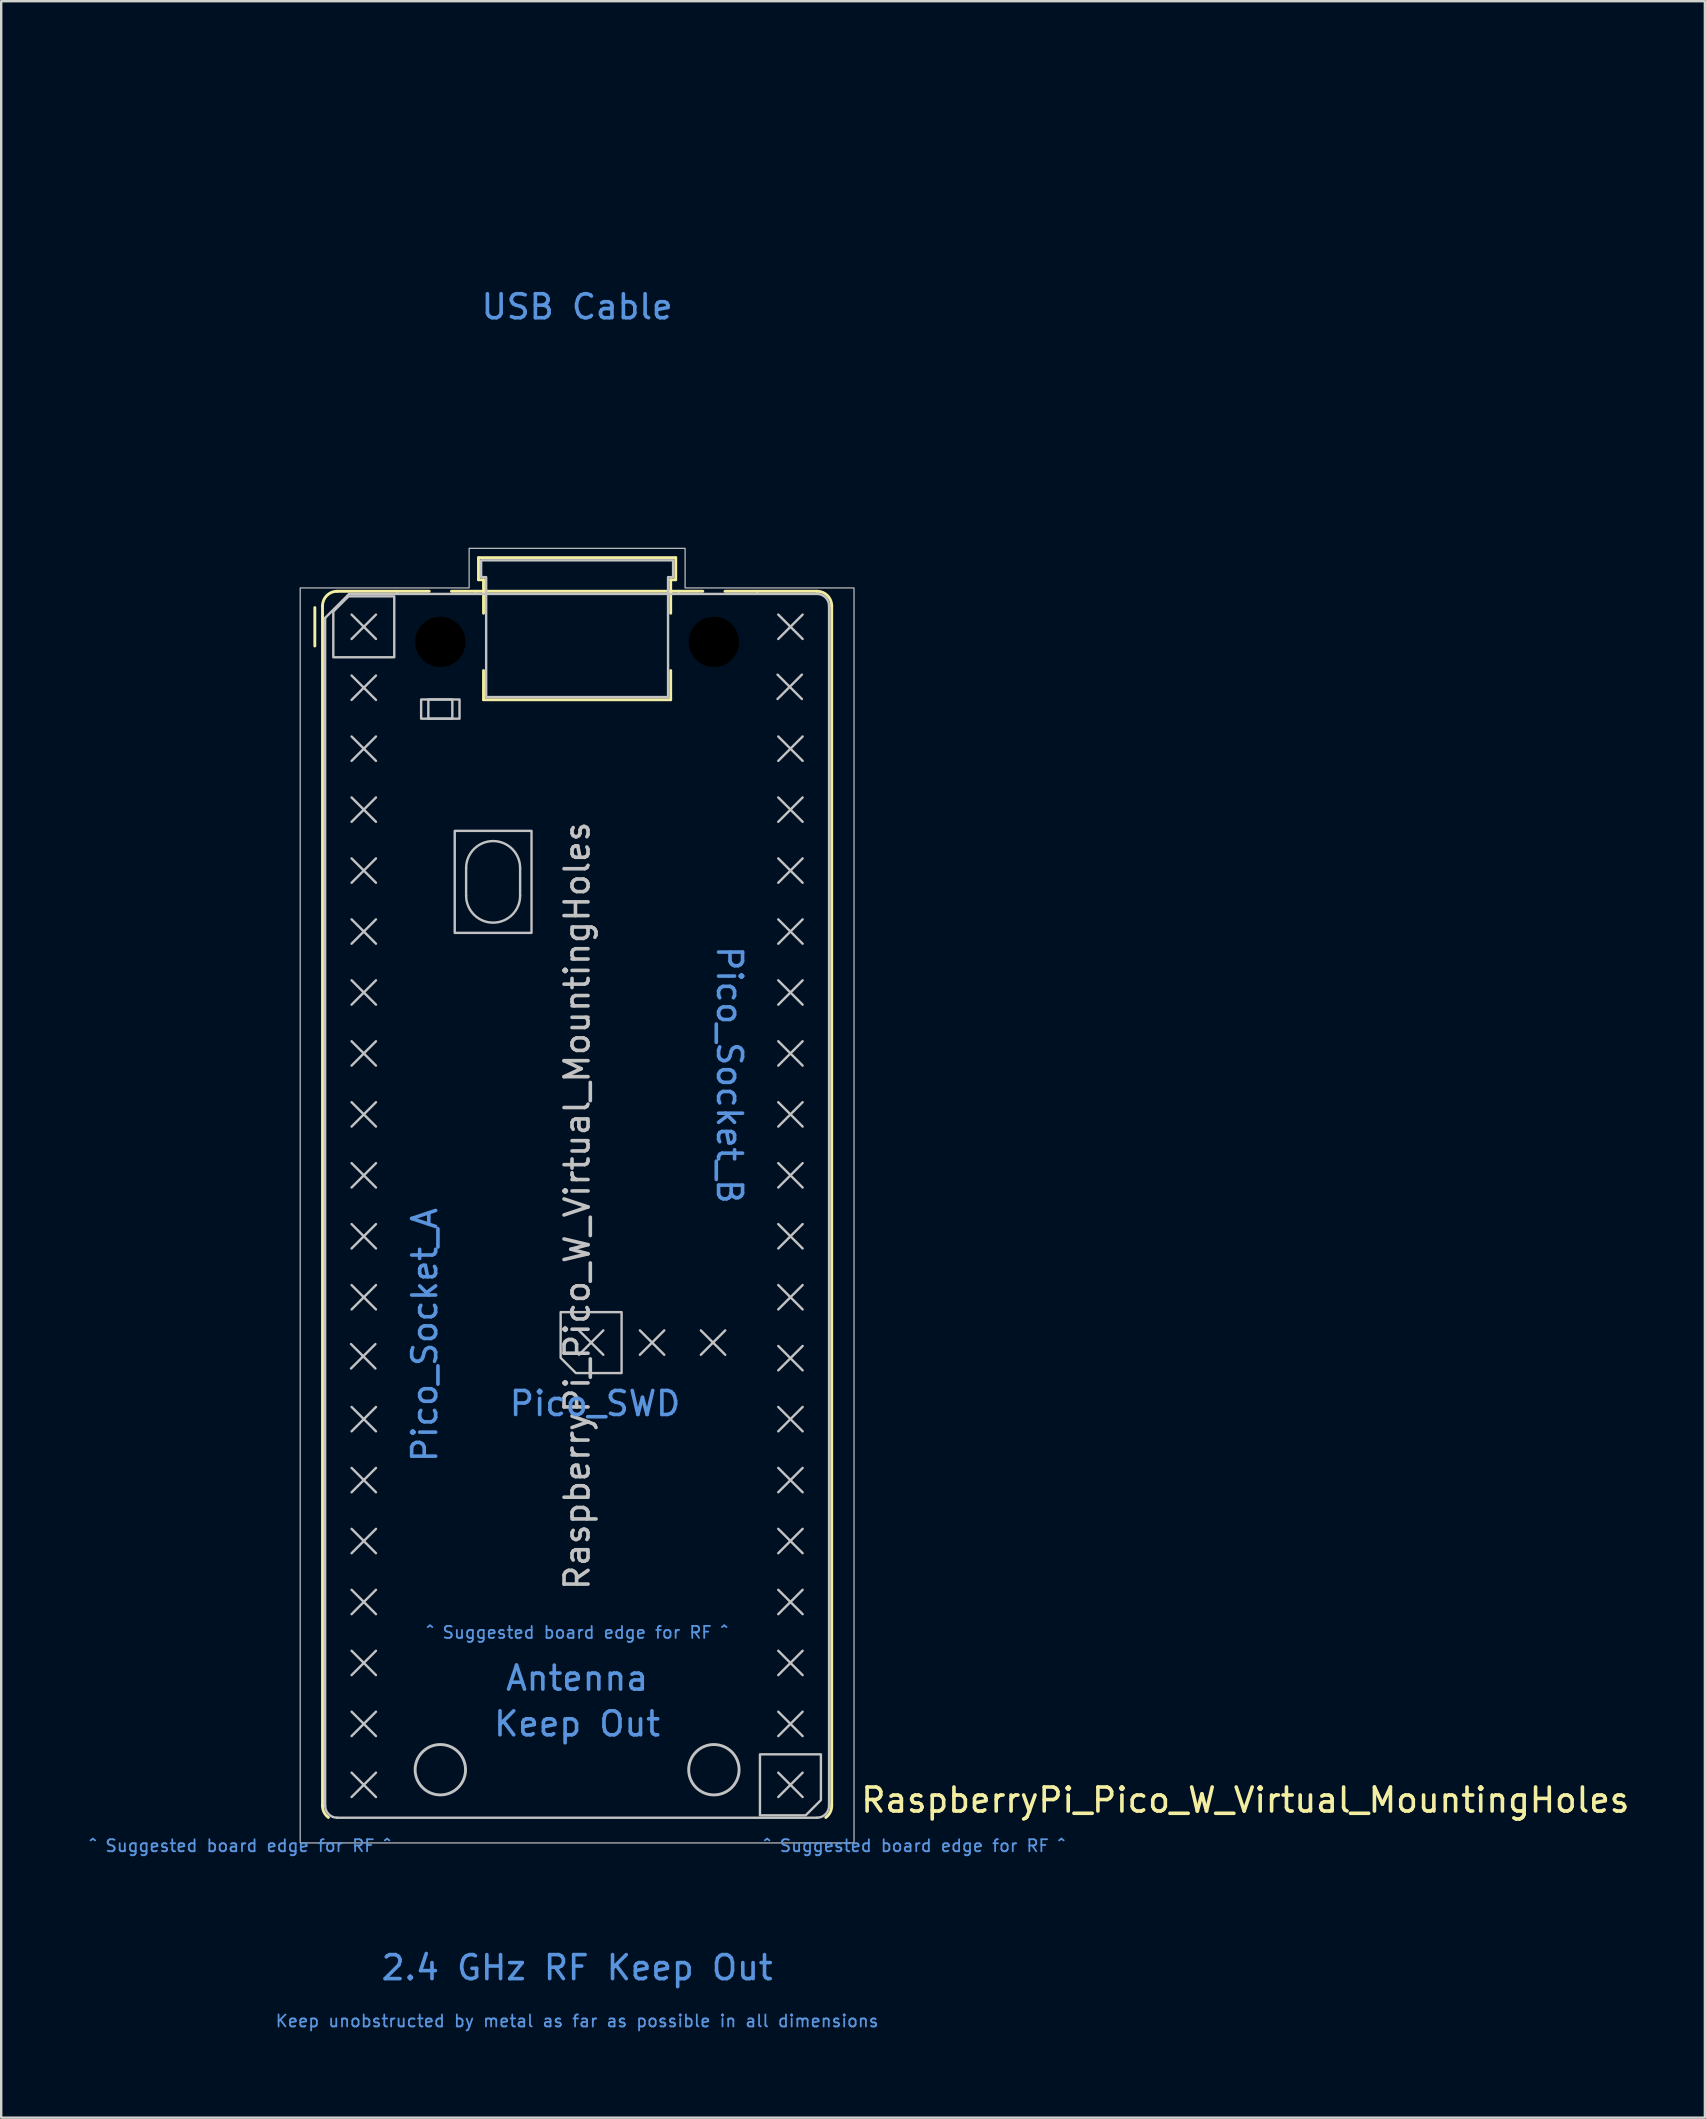
<source format=kicad_pcb>
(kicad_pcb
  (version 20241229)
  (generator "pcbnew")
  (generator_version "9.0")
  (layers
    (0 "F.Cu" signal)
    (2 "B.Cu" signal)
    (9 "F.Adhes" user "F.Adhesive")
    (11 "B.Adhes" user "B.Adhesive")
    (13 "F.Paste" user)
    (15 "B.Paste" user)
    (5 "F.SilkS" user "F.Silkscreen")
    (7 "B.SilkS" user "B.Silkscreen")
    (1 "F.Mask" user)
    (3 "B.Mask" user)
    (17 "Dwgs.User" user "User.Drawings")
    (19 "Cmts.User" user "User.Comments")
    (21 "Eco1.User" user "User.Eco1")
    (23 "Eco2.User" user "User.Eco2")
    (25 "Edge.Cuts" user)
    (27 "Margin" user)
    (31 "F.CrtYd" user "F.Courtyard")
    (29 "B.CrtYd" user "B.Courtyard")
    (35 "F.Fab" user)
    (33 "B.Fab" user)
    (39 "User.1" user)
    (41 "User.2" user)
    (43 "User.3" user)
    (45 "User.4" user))
  (footprint "RaspberryPi_Pico_W_Virtual_MountingHoles"
    (layer "F.Cu")
    (at 21 47.2)
    (property "Reference" "RaspberryPi_Pico_W_Virtual_MountingHoles" (at 11.748 24.765 0) (unlocked yes) (layer "F.SilkS") (effects (font (size 1 1) (thickness 0.15)) (justify left)))
    (attr exclude_from_pos_files allow_missing_courtyard)
    (fp_line (start -10.93 -23.33) (end -10.93 -24.93) (stroke (width 0.12) (type solid)) (layer "F.SilkS"))
    (fp_line (start -10.61 -25) (end -10.61 25) (stroke (width 0.12) (type solid)) (layer "F.SilkS"))
    (fp_line (start -10 -25.61) (end -7.51 -25.61) (stroke (width 0.12) (type solid)) (layer "F.SilkS"))
    (fp_line (start -7.51 -25.61) (end -6.162 -25.61) (stroke (width 0.12) (type solid)) (layer "F.SilkS"))
    (fp_line (start -5.238 -25.61) (end -4.235 -25.61) (stroke (width 0.12) (type solid)) (layer "F.SilkS"))
    (fp_line (start -4.235 -25.61) (end 4.235 -25.61) (stroke (width 0.12) (type solid)) (layer "F.SilkS"))
    (fp_line (start -4.11 -27.01) (end -4.11 -26.09) (stroke (width 0.12) (type solid)) (layer "F.SilkS"))
    (fp_line (start -4.11 -27.01) (end 4.11 -27.01) (stroke (width 0.12) (type solid)) (layer "F.SilkS"))
    (fp_line (start -4.11 -26.09) (end -3.9 -26.09) (stroke (width 0.12) (type solid)) (layer "F.SilkS"))
    (fp_line (start -3.9 -26.09) (end -3.9 -24.694) (stroke (width 0.12) (type solid)) (layer "F.SilkS"))
    (fp_line (start -3.9 -22.306) (end -3.9 -21.09) (stroke (width 0.12) (type solid)) (layer "F.SilkS"))
    (fp_line (start 3.9 -26.09) (end 3.9 -24.694) (stroke (width 0.12) (type solid)) (layer "F.SilkS"))
    (fp_line (start 3.9 -22.306) (end 3.9 -21.09) (stroke (width 0.12) (type solid)) (layer "F.SilkS"))
    (fp_line (start 3.9 -21.09) (end -3.9 -21.09) (stroke (width 0.12) (type solid)) (layer "F.SilkS"))
    (fp_line (start 4.11 -27.01) (end 4.11 -26.09) (stroke (width 0.12) (type solid)) (layer "F.SilkS"))
    (fp_line (start 4.11 -26.09) (end 3.9 -26.09) (stroke (width 0.12) (type solid)) (layer "F.SilkS"))
    (fp_line (start 4.235 -25.61) (end 5.238 -25.61) (stroke (width 0.12) (type solid)) (layer "F.SilkS"))
    (fp_line (start 6.162 -25.61) (end 7.51 -25.61) (stroke (width 0.12) (type solid)) (layer "F.SilkS"))
    (fp_line (start 7.51 -25.61) (end 10 -25.61) (stroke (width 0.12) (type solid)) (layer "F.SilkS"))
    (fp_line (start 10.61 -25) (end 10.61 25) (stroke (width 0.12) (type solid)) (layer "F.SilkS"))
    (fp_arc (start -10.61 -25) (mid -10.431335 -25.431335) (end -10 -25.61) (stroke (width 0.12) (type solid)) (layer "F.SilkS"))
    (fp_arc (start -10.363318 25.49) (mid -10.54485 25.274295) (end -10.61 25) (stroke (width 0.12) (type solid)) (layer "F.SilkS"))
    (fp_arc (start 10 -25.61) (mid 10.431335 -25.431335) (end 10.61 -25) (stroke (width 0.12) (type solid)) (layer "F.SilkS"))
    (fp_arc (start 10.61 25) (mid 10.544921 25.274336) (end 10.363342 25.490031) (stroke (width 0.12) (type solid)) (layer "F.SilkS"))
    (fp_line (start -10.5 -24.5) (end -9.5 -25.5) (stroke (width 0.1) (type solid)) (layer "Dwgs.User"))
    (fp_line (start -10.5 25) (end -10.5 -24.5) (stroke (width 0.1) (type solid)) (layer "Dwgs.User"))
    (fp_line (start -9.5 -25.5) (end 10 -25.5) (stroke (width 0.1) (type solid)) (layer "Dwgs.User"))
    (fp_line (start -9.422 5.763) (end -8.406 6.779) (stroke (width 0.1) (type solid)) (layer "Dwgs.User"))
    (fp_line (start -9.398 -24.638) (end -8.382 -23.622) (stroke (width 0.1) (type solid)) (layer "Dwgs.User"))
    (fp_line (start -9.398 -22.098) (end -8.382 -21.082) (stroke (width 0.1) (type solid)) (layer "Dwgs.User"))
    (fp_line (start -9.398 -19.558) (end -8.382 -18.542) (stroke (width 0.1) (type solid)) (layer "Dwgs.User"))
    (fp_line (start -9.398 -17.018) (end -8.382 -16.002) (stroke (width 0.1) (type solid)) (layer "Dwgs.User"))
    (fp_line (start -9.398 -14.478) (end -8.382 -13.462) (stroke (width 0.1) (type solid)) (layer "Dwgs.User"))
    (fp_line (start -9.398 -11.938) (end -8.382 -10.922) (stroke (width 0.1) (type solid)) (layer "Dwgs.User"))
    (fp_line (start -9.398 -9.398) (end -8.382 -8.382) (stroke (width 0.1) (type solid)) (layer "Dwgs.User"))
    (fp_line (start -9.398 -6.858) (end -8.382 -5.842) (stroke (width 0.1) (type solid)) (layer "Dwgs.User"))
    (fp_line (start -9.398 -4.318) (end -8.382 -3.302) (stroke (width 0.1) (type solid)) (layer "Dwgs.User"))
    (fp_line (start -9.398 -1.778) (end -8.382 -0.762) (stroke (width 0.1) (type solid)) (layer "Dwgs.User"))
    (fp_line (start -9.398 0.762) (end -8.382 1.778) (stroke (width 0.1) (type solid)) (layer "Dwgs.User"))
    (fp_line (start -9.398 3.302) (end -8.382 4.318) (stroke (width 0.1) (type solid)) (layer "Dwgs.User"))
    (fp_line (start -9.398 8.382) (end -8.382 9.398) (stroke (width 0.1) (type solid)) (layer "Dwgs.User"))
    (fp_line (start -9.398 10.922) (end -8.382 11.938) (stroke (width 0.1) (type solid)) (layer "Dwgs.User"))
    (fp_line (start -9.398 13.462) (end -8.382 14.478) (stroke (width 0.1) (type solid)) (layer "Dwgs.User"))
    (fp_line (start -9.398 16.002) (end -8.382 17.018) (stroke (width 0.1) (type solid)) (layer "Dwgs.User"))
    (fp_line (start -9.398 18.542) (end -8.382 19.558) (stroke (width 0.1) (type solid)) (layer "Dwgs.User"))
    (fp_line (start -9.398 21.082) (end -8.382 22.098) (stroke (width 0.1) (type solid)) (layer "Dwgs.User"))
    (fp_line (start -9.398 23.622) (end -8.382 24.638) (stroke (width 0.1) (type solid)) (layer "Dwgs.User"))
    (fp_line (start -8.406 5.763) (end -9.422 6.779) (stroke (width 0.1) (type solid)) (layer "Dwgs.User"))
    (fp_line (start -8.382 -24.638) (end -9.398 -23.622) (stroke (width 0.1) (type solid)) (layer "Dwgs.User"))
    (fp_line (start -8.382 -22.098) (end -9.398 -21.082) (stroke (width 0.1) (type solid)) (layer "Dwgs.User"))
    (fp_line (start -8.382 -19.558) (end -9.398 -18.542) (stroke (width 0.1) (type solid)) (layer "Dwgs.User"))
    (fp_line (start -8.382 -17.018) (end -9.398 -16.002) (stroke (width 0.1) (type solid)) (layer "Dwgs.User"))
    (fp_line (start -8.382 -14.478) (end -9.398 -13.462) (stroke (width 0.1) (type solid)) (layer "Dwgs.User"))
    (fp_line (start -8.382 -11.938) (end -9.398 -10.922) (stroke (width 0.1) (type solid)) (layer "Dwgs.User"))
    (fp_line (start -8.382 -9.398) (end -9.398 -8.382) (stroke (width 0.1) (type solid)) (layer "Dwgs.User"))
    (fp_line (start -8.382 -6.858) (end -9.398 -5.842) (stroke (width 0.1) (type solid)) (layer "Dwgs.User"))
    (fp_line (start -8.382 -4.318) (end -9.398 -3.302) (stroke (width 0.1) (type solid)) (layer "Dwgs.User"))
    (fp_line (start -8.382 -1.778) (end -9.398 -0.762) (stroke (width 0.1) (type solid)) (layer "Dwgs.User"))
    (fp_line (start -8.382 0.762) (end -9.398 1.778) (stroke (width 0.1) (type solid)) (layer "Dwgs.User"))
    (fp_line (start -8.382 3.302) (end -9.398 4.318) (stroke (width 0.1) (type solid)) (layer "Dwgs.User"))
    (fp_line (start -8.382 8.382) (end -9.398 9.398) (stroke (width 0.1) (type solid)) (layer "Dwgs.User"))
    (fp_line (start -8.382 10.922) (end -9.398 11.938) (stroke (width 0.1) (type solid)) (layer "Dwgs.User"))
    (fp_line (start -8.382 13.462) (end -9.398 14.478) (stroke (width 0.1) (type solid)) (layer "Dwgs.User"))
    (fp_line (start -8.382 16.002) (end -9.398 17.018) (stroke (width 0.1) (type solid)) (layer "Dwgs.User"))
    (fp_line (start -8.382 18.542) (end -9.398 19.558) (stroke (width 0.1) (type solid)) (layer "Dwgs.User"))
    (fp_line (start -8.382 21.082) (end -9.398 22.098) (stroke (width 0.1) (type solid)) (layer "Dwgs.User"))
    (fp_line (start -8.382 23.622) (end -9.398 24.638) (stroke (width 0.1) (type solid)) (layer "Dwgs.User"))
    (fp_line (start -4.625 -14.075) (end -4.625 -12.925) (stroke (width 0.1) (type solid)) (layer "Dwgs.User"))
    (fp_line (start -2.375 -14.075) (end -2.375 -12.925) (stroke (width 0.1) (type solid)) (layer "Dwgs.User"))
    (fp_line (start 0.076 5.192) (end 1.092 6.208) (stroke (width 0.1) (type solid)) (layer "Dwgs.User"))
    (fp_line (start 1.092 5.192) (end 0.076 6.208) (stroke (width 0.1) (type solid)) (layer "Dwgs.User"))
    (fp_line (start 2.616 5.192) (end 3.632 6.208) (stroke (width 0.1) (type solid)) (layer "Dwgs.User"))
    (fp_line (start 3.632 5.192) (end 2.616 6.208) (stroke (width 0.1) (type solid)) (layer "Dwgs.User"))
    (fp_line (start 5.156 5.192) (end 6.172 6.208) (stroke (width 0.1) (type solid)) (layer "Dwgs.User"))
    (fp_line (start 6.172 5.192) (end 5.156 6.208) (stroke (width 0.1) (type solid)) (layer "Dwgs.User"))
    (fp_line (start 8.352 -22.136) (end 9.368 -21.12) (stroke (width 0.1) (type solid)) (layer "Dwgs.User"))
    (fp_line (start 8.382 -24.638) (end 9.398 -23.622) (stroke (width 0.1) (type solid)) (layer "Dwgs.User"))
    (fp_line (start 8.382 -19.558) (end 9.398 -18.542) (stroke (width 0.1) (type solid)) (layer "Dwgs.User"))
    (fp_line (start 8.382 -17.018) (end 9.398 -16.002) (stroke (width 0.1) (type solid)) (layer "Dwgs.User"))
    (fp_line (start 8.382 -14.478) (end 9.398 -13.462) (stroke (width 0.1) (type solid)) (layer "Dwgs.User"))
    (fp_line (start 8.382 -11.938) (end 9.398 -10.922) (stroke (width 0.1) (type solid)) (layer "Dwgs.User"))
    (fp_line (start 8.382 -9.398) (end 9.398 -8.382) (stroke (width 0.1) (type solid)) (layer "Dwgs.User"))
    (fp_line (start 8.382 -6.858) (end 9.398 -5.842) (stroke (width 0.1) (type solid)) (layer "Dwgs.User"))
    (fp_line (start 8.382 -4.318) (end 9.398 -3.302) (stroke (width 0.1) (type solid)) (layer "Dwgs.User"))
    (fp_line (start 8.382 -1.778) (end 9.398 -0.762) (stroke (width 0.1) (type solid)) (layer "Dwgs.User"))
    (fp_line (start 8.382 0.762) (end 9.398 1.778) (stroke (width 0.1) (type solid)) (layer "Dwgs.User"))
    (fp_line (start 8.382 3.302) (end 9.398 4.318) (stroke (width 0.1) (type solid)) (layer "Dwgs.User"))
    (fp_line (start 8.382 5.842) (end 9.398 6.858) (stroke (width 0.1) (type solid)) (layer "Dwgs.User"))
    (fp_line (start 8.382 8.382) (end 9.398 9.398) (stroke (width 0.1) (type solid)) (layer "Dwgs.User"))
    (fp_line (start 8.382 10.922) (end 9.398 11.938) (stroke (width 0.1) (type solid)) (layer "Dwgs.User"))
    (fp_line (start 8.382 13.462) (end 9.398 14.478) (stroke (width 0.1) (type solid)) (layer "Dwgs.User"))
    (fp_line (start 8.382 16.002) (end 9.398 17.018) (stroke (width 0.1) (type solid)) (layer "Dwgs.User"))
    (fp_line (start 8.382 18.542) (end 9.398 19.558) (stroke (width 0.1) (type solid)) (layer "Dwgs.User"))
    (fp_line (start 8.382 21.082) (end 9.398 22.098) (stroke (width 0.1) (type solid)) (layer "Dwgs.User"))
    (fp_line (start 8.382 23.622) (end 9.398 24.638) (stroke (width 0.1) (type solid)) (layer "Dwgs.User"))
    (fp_line (start 9.368 -22.136) (end 8.352 -21.12) (stroke (width 0.1) (type solid)) (layer "Dwgs.User"))
    (fp_line (start 9.398 -24.638) (end 8.382 -23.622) (stroke (width 0.1) (type solid)) (layer "Dwgs.User"))
    (fp_line (start 9.398 -19.558) (end 8.382 -18.542) (stroke (width 0.1) (type solid)) (layer "Dwgs.User"))
    (fp_line (start 9.398 -17.018) (end 8.382 -16.002) (stroke (width 0.1) (type solid)) (layer "Dwgs.User"))
    (fp_line (start 9.398 -14.478) (end 8.382 -13.462) (stroke (width 0.1) (type solid)) (layer "Dwgs.User"))
    (fp_line (start 9.398 -11.938) (end 8.382 -10.922) (stroke (width 0.1) (type solid)) (layer "Dwgs.User"))
    (fp_line (start 9.398 -9.398) (end 8.382 -8.382) (stroke (width 0.1) (type solid)) (layer "Dwgs.User"))
    (fp_line (start 9.398 -6.858) (end 8.382 -5.842) (stroke (width 0.1) (type solid)) (layer "Dwgs.User"))
    (fp_line (start 9.398 -4.318) (end 8.382 -3.302) (stroke (width 0.1) (type solid)) (layer "Dwgs.User"))
    (fp_line (start 9.398 -1.778) (end 8.382 -0.762) (stroke (width 0.1) (type solid)) (layer "Dwgs.User"))
    (fp_line (start 9.398 0.762) (end 8.382 1.778) (stroke (width 0.1) (type solid)) (layer "Dwgs.User"))
    (fp_line (start 9.398 3.302) (end 8.382 4.318) (stroke (width 0.1) (type solid)) (layer "Dwgs.User"))
    (fp_line (start 9.398 5.842) (end 8.382 6.858) (stroke (width 0.1) (type solid)) (layer "Dwgs.User"))
    (fp_line (start 9.398 8.382) (end 8.382 9.398) (stroke (width 0.1) (type solid)) (layer "Dwgs.User"))
    (fp_line (start 9.398 10.922) (end 8.382 11.938) (stroke (width 0.1) (type solid)) (layer "Dwgs.User"))
    (fp_line (start 9.398 13.462) (end 8.382 14.478) (stroke (width 0.1) (type solid)) (layer "Dwgs.User"))
    (fp_line (start 9.398 16.002) (end 8.382 17.018) (stroke (width 0.1) (type solid)) (layer "Dwgs.User"))
    (fp_line (start 9.398 18.542) (end 8.382 19.558) (stroke (width 0.1) (type solid)) (layer "Dwgs.User"))
    (fp_line (start 9.398 21.082) (end 8.382 22.098) (stroke (width 0.1) (type solid)) (layer "Dwgs.User"))
    (fp_line (start 9.398 23.622) (end 8.382 24.638) (stroke (width 0.1) (type solid)) (layer "Dwgs.User"))
    (fp_line (start 10 25.5) (end -10 25.5) (stroke (width 0.1) (type solid)) (layer "Dwgs.User"))
    (fp_line (start 10.5 -25) (end 10.5 25) (stroke (width 0.1) (type solid)) (layer "Dwgs.User"))
    (fp_rect (start -6.5 -21.1) (end -4.9 -20.3) (stroke (width 0.1) (type solid)) (fill no) (layer "Dwgs.User"))
    (fp_rect (start -6.2 -21.1) (end -5.2 -20.3) (stroke (width 0.1) (type solid)) (fill no) (layer "Dwgs.User"))
    (fp_rect (start -5.1 -15.625) (end -1.9 -11.375) (stroke (width 0.1) (type solid)) (fill no) (layer "Dwgs.User"))
    (fp_arc (start -10 25.5) (mid -10.353553 25.353553) (end -10.5 25) (stroke (width 0.1) (type solid)) (layer "Dwgs.User"))
    (fp_arc (start -4.625 -14.075) (mid -3.5 -15.2) (end -2.375 -14.075) (stroke (width 0.1) (type solid)) (layer "Dwgs.User"))
    (fp_arc (start -2.375 -12.925) (mid -3.5 -11.8) (end -4.625 -12.925) (stroke (width 0.1) (type solid)) (layer "Dwgs.User"))
    (fp_arc (start 10 -25.5) (mid 10.353553 -25.353553) (end 10.5 -25) (stroke (width 0.1) (type solid)) (layer "Dwgs.User"))
    (fp_arc (start 10.5 25) (mid 10.353553 25.353553) (end 10 25.5) (stroke (width 0.1) (type solid)) (layer "Dwgs.User"))
    (fp_circle (center -5.7 23.5) (end -4.65 23.5) (stroke (width 0.12) (type solid)) (fill no) (layer "Dwgs.User"))
    (fp_circle (center 5.7 23.5) (end 6.75 23.5) (stroke (width 0.12) (type solid)) (fill no) (layer "Dwgs.User"))
    (fp_poly (pts (xy -10.16 -24.765) (xy -10.16 -22.86) (xy -7.62 -22.86) (xy -7.62 -25.4) (xy -9.525 -25.4)) (stroke (width 0.1) (type solid)) (fill no) (layer "Dwgs.User"))
    (fp_poly (pts (xy -0.051 6.97) (xy 1.854 6.97) (xy 1.854 4.43) (xy -0.686 4.43) (xy -0.686 6.335)) (stroke (width 0.1) (type solid)) (fill no) (layer "Dwgs.User"))
    (fp_poly (pts (xy 10.16 24.765) (xy 10.16 22.86) (xy 7.62 22.86) (xy 7.62 25.4) (xy 9.525 25.4)) (stroke (width 0.1) (type solid)) (fill no) (layer "Dwgs.User"))
    (fp_poly (pts (xy -4.5 -27.4) (xy 4.5 -27.4) (xy 4.5 -25.75) (xy 11.54 -25.75) (xy 11.54 26.55) (xy -11.54 26.55) (xy -11.54 -25.75) (xy -4.5 -25.75)) (stroke (width 0.05) (type solid)) (fill no) (layer "Dwgs.User"))
    (fp_poly (pts (xy 3.79 -21.2) (xy 3.79 -26.2) (xy 4 -26.2) (xy 4 -26.9) (xy -4 -26.9) (xy -4 -26.2) (xy -3.79 -26.2) (xy -3.79 -21.2)) (stroke (width 0.1) (type solid)) (fill no) (layer "Dwgs.User"))
    (fp_text user "${REFERENCE}" (at 0 0 90) (layer "Dwgs.User") (effects (font (size 1 1) (thickness 0.15))))
    (fp_text user "Pico_Socket_A" (at -6.35 0 90) (unlocked yes) (layer "Cmts.User") (effects (font (size 1 1) (thickness 0.15)) (justify right)))
    (fp_text user "Pico_Socket_B" (at 6.35 0 270) (unlocked yes) (layer "Cmts.User") (effects (font (size 1 1) (thickness 0.15)) (justify right)))
    (fp_text user "^ Suggested board edge for RF ^" (at 14.05 26.67 0) (unlocked yes) (layer "Cmts.User") (effects (font (size 0.5 0.5) (thickness 0.075))))
    (fp_text user "Pico_SWD" (at 4.394 8.24 0) (unlocked yes) (layer "Cmts.User") (effects (font (size 1 1) (thickness 0.15)) (justify right)))
    (fp_text user "Keep Out" (at 0 21.59 0) (unlocked yes) (layer "Cmts.User") (effects (font (size 1 1) (thickness 0.15))))
    (fp_text user "2.4 GHz RF Keep Out" (at 0 31.75 0) (unlocked yes) (layer "Cmts.User") (effects (font (size 1 1) (thickness 0.15))))
    (fp_text user "USB Cable" (at 0 -37.465 0) (unlocked yes) (layer "Cmts.User") (effects (font (size 1 1) (thickness 0.15))))
    (fp_text user "Antenna" (at 0 19.685 0) (unlocked yes) (layer "Cmts.User") (effects (font (size 1 1) (thickness 0.15))))
    (fp_text user "Keep unobstructed by metal as far as possible in all dimensions" (at 0 33.972 0) (unlocked yes) (layer "Cmts.User") (effects (font (size 0.5 0.5) (thickness 0.075))))
    (fp_text user "^ Suggested board edge for RF ^" (at 0 17.78 0) (unlocked yes) (layer "Cmts.User") (effects (font (size 0.5 0.5) (thickness 0.075))))
    (fp_text user "^ Suggested board edge for RF ^" (at -14.05 26.67 0) (unlocked yes) (layer "Cmts.User") (effects (font (size 0.5 0.5) (thickness 0.075))))
    (pad "" np_thru_hole circle (at -5.7 -23.5) (size 3.8 3.8) (drill 2.1) (layers "*.Mask"))
    (pad "" np_thru_hole circle (at 5.7 -23.5) (size 3.8 3.8) (drill 2.1) (layers "*.Mask"))
    (zone (net_name "") (layers "F.Cu" "B.Cu" "F.Paste" "B.Paste") (name "RF Copper Keep Out") (hatch full 0.5) (connect_pads) (min_thickness 0.254) (filled_areas_thickness no) (keepout (tracks not_allowed) (vias not_allowed) (pads not_allowed) (copperpour not_allowed) (footprints allowed)) (placement (enabled no)) (fill) (polygon (pts (xy 0 72.2) (xy 42 72.2) (xy 42 82.2) (xy 0 82.2))))
    (zone (net_name "") (layers "F.Cu" "B.Cu" "F.Paste" "B.Paste") (name "Antenna Copper Keep Out") (hatch full 0.5) (connect_pads) (min_thickness 0.254) (filled_areas_thickness no) (keepout (tracks not_allowed) (vias not_allowed) (pads not_allowed) (copperpour not_allowed) (footprints not_allowed)) (placement (enabled no)) (fill) (polygon (pts (xy 18.6 72.19) (xy 13.9 68.54) (xy 13.9 64.2) (xy 28.1 64.2) (xy 28.1 68.54) (xy 23.4 72.19) (xy 23.4 72.2) (xy 18.6 72.2))))
    (zone (net_name "") (layer "Edge.Cuts") (name "Board Keep Out Suggestion RF") (hatch edge 0.5) (connect_pads) (min_thickness 0.254) (filled_areas_thickness no) (keepout (tracks allowed) (vias allowed) (pads allowed) (copperpour allowed) (footprints allowed)) (placement (enabled no)) (fill) (polygon (pts (xy 28.1 73.2) (xy 42 73.2) (xy 42 82.2) (xy 0 82.2) (xy 0 73.2) (xy 13.9 73.2) (xy 13.9 64.2) (xy 28.1 64.2))))
    (zone (net_name "") (layer "F.CrtYd") (name "USB Cable") (hatch edge 0.5) (connect_pads) (min_thickness 0.254) (filled_areas_thickness no) (keepout (tracks allowed) (vias allowed) (pads allowed) (copperpour allowed) (footprints allowed)) (placement (enabled no)) (fill) (polygon (pts (xy 15.25 19.5) (xy 17.06 19.5) (xy 17.06 19.8) (xy 24.94 19.8) (xy 24.94 19.5) (xy 26.75 19.5) (xy 26.75 0) (xy 15.25 0)))))
  (gr_rect
    (start -3 -3)
    (end 67.998 85.2)
    (stroke (width 0.1) (type default))
    (fill no)
    (layer "Edge.Cuts")))
</source>
